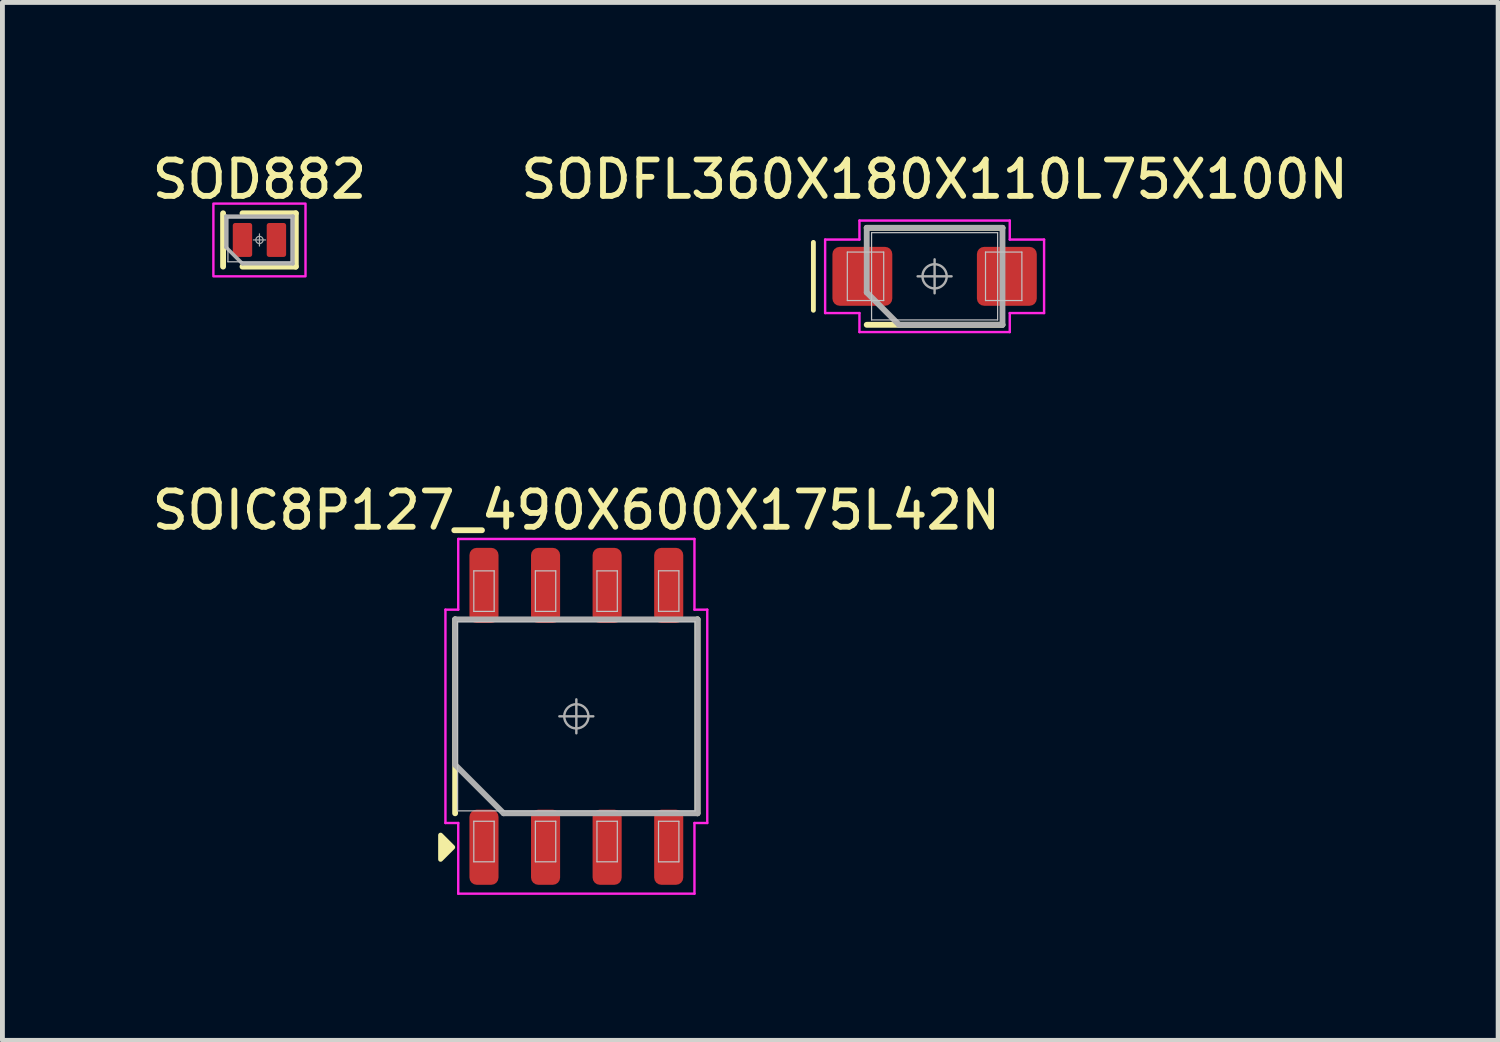
<source format=kicad_pcb>
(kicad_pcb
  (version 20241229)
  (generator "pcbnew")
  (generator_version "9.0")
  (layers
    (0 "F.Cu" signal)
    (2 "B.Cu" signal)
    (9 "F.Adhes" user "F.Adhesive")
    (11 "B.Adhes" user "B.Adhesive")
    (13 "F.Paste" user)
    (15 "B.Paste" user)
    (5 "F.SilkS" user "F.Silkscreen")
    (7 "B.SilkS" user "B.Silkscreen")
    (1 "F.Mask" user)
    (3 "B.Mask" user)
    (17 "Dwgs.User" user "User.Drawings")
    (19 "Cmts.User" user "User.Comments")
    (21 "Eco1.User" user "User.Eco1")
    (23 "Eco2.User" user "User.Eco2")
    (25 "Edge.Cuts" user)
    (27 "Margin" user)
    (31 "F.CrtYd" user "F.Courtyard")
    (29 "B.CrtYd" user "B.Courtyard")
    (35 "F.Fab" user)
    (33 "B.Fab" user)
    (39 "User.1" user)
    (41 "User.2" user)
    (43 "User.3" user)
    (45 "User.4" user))
  (footprint "SODFL360X180X110L75X100N"
    (layer "F.Cu")
    (at 16.226 2.649)
    (property "Reference" "SODFL360X180X110L75X100N" (at 0 -2 0) (layer "F.SilkS") (effects (font (size 0.75 0.75) (thickness 0.12))))
    (attr smd)
    (fp_line (start -2.5 -0.7) (end -2.5 0.7) (stroke (width 0.1) (type default)) (layer "F.SilkS"))
    (fp_line (start -1.4 -1) (end 1.4 -1) (stroke (width 0.12) (type solid)) (layer "F.SilkS"))
    (fp_line (start 1.4 1) (end -1.4 1) (stroke (width 0.12) (type solid)) (layer "F.SilkS"))
    (fp_line (start -1.8 -0.5) (end -1.05 -0.5) (stroke (width 0.025) (type solid)) (layer "Dwgs.User"))
    (fp_line (start -1.8 0.5) (end -1.8 -0.5) (stroke (width 0.025) (type solid)) (layer "Dwgs.User"))
    (fp_line (start -1.3 -0.9) (end 1.3 -0.9) (stroke (width 0.025) (type solid)) (layer "Dwgs.User"))
    (fp_line (start -1.3 0.9) (end -1.3 -0.9) (stroke (width 0.025) (type solid)) (layer "Dwgs.User"))
    (fp_line (start -1.05 -0.5) (end -1.05 0.5) (stroke (width 0.025) (type solid)) (layer "Dwgs.User"))
    (fp_line (start -1.05 0.5) (end -1.8 0.5) (stroke (width 0.025) (type solid)) (layer "Dwgs.User"))
    (fp_line (start 1.05 -0.5) (end 1.8 -0.5) (stroke (width 0.025) (type solid)) (layer "Dwgs.User"))
    (fp_line (start 1.05 0.5) (end 1.05 -0.5) (stroke (width 0.025) (type solid)) (layer "Dwgs.User"))
    (fp_line (start 1.3 -0.9) (end 1.3 0.9) (stroke (width 0.025) (type solid)) (layer "Dwgs.User"))
    (fp_line (start 1.3 0.9) (end -1.3 0.9) (stroke (width 0.025) (type solid)) (layer "Dwgs.User"))
    (fp_line (start 1.8 -0.5) (end 1.8 0.5) (stroke (width 0.025) (type solid)) (layer "Dwgs.User"))
    (fp_line (start 1.8 0.5) (end 1.05 0.5) (stroke (width 0.025) (type solid)) (layer "Dwgs.User"))
    (fp_line (start -2.258 -0.758) (end -2.258 0.758) (stroke (width 0.05) (type solid)) (layer "F.CrtYd"))
    (fp_line (start -2.258 0.758) (end -1.55 0.758) (stroke (width 0.05) (type solid)) (layer "F.CrtYd"))
    (fp_line (start -1.55 -1.15) (end -1.55 -0.758) (stroke (width 0.05) (type solid)) (layer "F.CrtYd"))
    (fp_line (start -1.55 -0.758) (end -2.258 -0.758) (stroke (width 0.05) (type solid)) (layer "F.CrtYd"))
    (fp_line (start -1.55 0.758) (end -1.55 1.15) (stroke (width 0.05) (type solid)) (layer "F.CrtYd"))
    (fp_line (start -1.55 1.15) (end 1.55 1.15) (stroke (width 0.05) (type solid)) (layer "F.CrtYd"))
    (fp_line (start 1.55 -1.15) (end -1.55 -1.15) (stroke (width 0.05) (type solid)) (layer "F.CrtYd"))
    (fp_line (start 1.55 -0.758) (end 1.55 -1.15) (stroke (width 0.05) (type solid)) (layer "F.CrtYd"))
    (fp_line (start 1.55 0.758) (end 2.258 0.758) (stroke (width 0.05) (type solid)) (layer "F.CrtYd"))
    (fp_line (start 1.55 1.15) (end 1.55 0.758) (stroke (width 0.05) (type solid)) (layer "F.CrtYd"))
    (fp_line (start 2.258 -0.758) (end 1.55 -0.758) (stroke (width 0.05) (type solid)) (layer "F.CrtYd"))
    (fp_line (start 2.258 0.758) (end 2.258 -0.758) (stroke (width 0.05) (type solid)) (layer "F.CrtYd"))
    (fp_line (start -1.4 -1) (end -1.4 0.333) (stroke (width 0.12) (type solid)) (layer "F.Fab"))
    (fp_line (start -1.4 0.333) (end -0.733 1) (stroke (width 0.12) (type solid)) (layer "F.Fab"))
    (fp_line (start -0.733 1) (end 1.4 1) (stroke (width 0.12) (type solid)) (layer "F.Fab"))
    (fp_line (start 0 -0.35) (end 0 0.35) (stroke (width 0.05) (type solid)) (layer "F.Fab"))
    (fp_line (start 0.35 0) (end -0.35 0) (stroke (width 0.05) (type solid)) (layer "F.Fab"))
    (fp_line (start 1.4 -1) (end -1.4 -1) (stroke (width 0.12) (type solid)) (layer "F.Fab"))
    (fp_line (start 1.4 1) (end 1.4 -1) (stroke (width 0.12) (type solid)) (layer "F.Fab"))
    (fp_circle (center 0 0) (end 0 0.25) (stroke (width 0.05) (type solid)) (fill no) (layer "F.Fab"))
    (pad "1" smd roundrect (at -1.49 0) (size 1.235 1.215) (layers "F.Cu" "F.Mask" "F.Paste") (roundrect_rratio 0.123))
    (pad "2" smd roundrect (at 1.49 0) (size 1.235 1.215) (layers "F.Cu" "F.Mask" "F.Paste") (roundrect_rratio 0.123)))
  (footprint "SOIC8P127_490X600X175L42N"
    (layer "F.Cu")
    (at 8.837 11.724)
    (property "Reference" "SOIC8P127_490X600X175L42N" (at 0 -4.25 0) (layer "F.SilkS") (effects (font (size 0.75 0.75) (thickness 0.12))))
    (attr smd)
    (fp_line (start -2.5 2) (end -2.5 -2) (stroke (width 0.12) (type solid)) (layer "F.SilkS"))
    (fp_line (start 2.5 2) (end 2.5 -2) (stroke (width 0.12) (type solid)) (layer "F.SilkS"))
    (fp_poly (pts (xy -2.55 2.7) (xy -2.8 2.95) (xy -2.8 2.45)) (stroke (width 0.1) (type solid)) (fill yes) (layer "F.SilkS"))
    (fp_line (start -2.45 -1.95) (end 2.45 -1.95) (stroke (width 0.025) (type solid)) (layer "Dwgs.User"))
    (fp_line (start -2.45 1.95) (end -2.45 -1.95) (stroke (width 0.025) (type solid)) (layer "Dwgs.User"))
    (fp_line (start -2.115 -3) (end -1.695 -3) (stroke (width 0.025) (type solid)) (layer "Dwgs.User"))
    (fp_line (start -2.115 -2.164) (end -2.115 -3) (stroke (width 0.025) (type solid)) (layer "Dwgs.User"))
    (fp_line (start -2.115 2.164) (end -1.695 2.164) (stroke (width 0.025) (type solid)) (layer "Dwgs.User"))
    (fp_line (start -2.115 3) (end -2.115 2.164) (stroke (width 0.025) (type solid)) (layer "Dwgs.User"))
    (fp_line (start -1.695 -3) (end -1.695 -2.164) (stroke (width 0.025) (type solid)) (layer "Dwgs.User"))
    (fp_line (start -1.695 -2.164) (end -2.115 -2.164) (stroke (width 0.025) (type solid)) (layer "Dwgs.User"))
    (fp_line (start -1.695 2.164) (end -1.695 3) (stroke (width 0.025) (type solid)) (layer "Dwgs.User"))
    (fp_line (start -1.695 3) (end -2.115 3) (stroke (width 0.025) (type solid)) (layer "Dwgs.User"))
    (fp_line (start -0.845 -3) (end -0.425 -3) (stroke (width 0.025) (type solid)) (layer "Dwgs.User"))
    (fp_line (start -0.845 -2.164) (end -0.845 -3) (stroke (width 0.025) (type solid)) (layer "Dwgs.User"))
    (fp_line (start -0.845 2.164) (end -0.425 2.164) (stroke (width 0.025) (type solid)) (layer "Dwgs.User"))
    (fp_line (start -0.845 3) (end -0.845 2.164) (stroke (width 0.025) (type solid)) (layer "Dwgs.User"))
    (fp_line (start -0.425 -3) (end -0.425 -2.164) (stroke (width 0.025) (type solid)) (layer "Dwgs.User"))
    (fp_line (start -0.425 -2.164) (end -0.845 -2.164) (stroke (width 0.025) (type solid)) (layer "Dwgs.User"))
    (fp_line (start -0.425 2.164) (end -0.425 3) (stroke (width 0.025) (type solid)) (layer "Dwgs.User"))
    (fp_line (start -0.425 3) (end -0.845 3) (stroke (width 0.025) (type solid)) (layer "Dwgs.User"))
    (fp_line (start 0.425 -3) (end 0.845 -3) (stroke (width 0.025) (type solid)) (layer "Dwgs.User"))
    (fp_line (start 0.425 -2.164) (end 0.425 -3) (stroke (width 0.025) (type solid)) (layer "Dwgs.User"))
    (fp_line (start 0.425 2.164) (end 0.845 2.164) (stroke (width 0.025) (type solid)) (layer "Dwgs.User"))
    (fp_line (start 0.425 3) (end 0.425 2.164) (stroke (width 0.025) (type solid)) (layer "Dwgs.User"))
    (fp_line (start 0.845 -3) (end 0.845 -2.164) (stroke (width 0.025) (type solid)) (layer "Dwgs.User"))
    (fp_line (start 0.845 -2.164) (end 0.425 -2.164) (stroke (width 0.025) (type solid)) (layer "Dwgs.User"))
    (fp_line (start 0.845 2.164) (end 0.845 3) (stroke (width 0.025) (type solid)) (layer "Dwgs.User"))
    (fp_line (start 0.845 3) (end 0.425 3) (stroke (width 0.025) (type solid)) (layer "Dwgs.User"))
    (fp_line (start 1.695 -3.001) (end 2.115 -3.001) (stroke (width 0.025) (type solid)) (layer "Dwgs.User"))
    (fp_line (start 1.695 -2.165) (end 1.695 -3.001) (stroke (width 0.025) (type solid)) (layer "Dwgs.User"))
    (fp_line (start 1.695 2.165) (end 2.115 2.165) (stroke (width 0.025) (type solid)) (layer "Dwgs.User"))
    (fp_line (start 1.695 3.001) (end 1.695 2.165) (stroke (width 0.025) (type solid)) (layer "Dwgs.User"))
    (fp_line (start 2.115 -3.001) (end 2.115 -2.165) (stroke (width 0.025) (type solid)) (layer "Dwgs.User"))
    (fp_line (start 2.115 -2.165) (end 1.695 -2.165) (stroke (width 0.025) (type solid)) (layer "Dwgs.User"))
    (fp_line (start 2.115 2.165) (end 2.115 3.001) (stroke (width 0.025) (type solid)) (layer "Dwgs.User"))
    (fp_line (start 2.115 3.001) (end 1.695 3.001) (stroke (width 0.025) (type solid)) (layer "Dwgs.User"))
    (fp_line (start 2.45 -1.95) (end 2.45 1.95) (stroke (width 0.025) (type solid)) (layer "Dwgs.User"))
    (fp_line (start 2.45 1.95) (end -2.45 1.95) (stroke (width 0.025) (type solid)) (layer "Dwgs.User"))
    (fp_line (start -2.7 -2.2) (end -2.7 2.2) (stroke (width 0.05) (type solid)) (layer "F.CrtYd"))
    (fp_line (start -2.7 2.2) (end -2.436 2.2) (stroke (width 0.05) (type solid)) (layer "F.CrtYd"))
    (fp_line (start -2.436 -3.658) (end -2.436 -2.2) (stroke (width 0.05) (type solid)) (layer "F.CrtYd"))
    (fp_line (start -2.436 -2.2) (end -2.7 -2.2) (stroke (width 0.05) (type solid)) (layer "F.CrtYd"))
    (fp_line (start -2.436 2.2) (end -2.436 3.658) (stroke (width 0.05) (type solid)) (layer "F.CrtYd"))
    (fp_line (start -2.436 3.658) (end 2.436 3.658) (stroke (width 0.05) (type solid)) (layer "F.CrtYd"))
    (fp_line (start 2.436 -3.658) (end -2.436 -3.658) (stroke (width 0.05) (type solid)) (layer "F.CrtYd"))
    (fp_line (start 2.436 -2.2) (end 2.436 -3.658) (stroke (width 0.05) (type solid)) (layer "F.CrtYd"))
    (fp_line (start 2.436 2.2) (end 2.7 2.2) (stroke (width 0.05) (type solid)) (layer "F.CrtYd"))
    (fp_line (start 2.436 3.658) (end 2.436 2.2) (stroke (width 0.05) (type solid)) (layer "F.CrtYd"))
    (fp_line (start 2.7 -2.2) (end 2.436 -2.2) (stroke (width 0.05) (type solid)) (layer "F.CrtYd"))
    (fp_line (start 2.7 2.2) (end 2.7 -2.2) (stroke (width 0.05) (type solid)) (layer "F.CrtYd"))
    (fp_line (start -2.5 -2) (end 2.5 -2) (stroke (width 0.12) (type solid)) (layer "F.Fab"))
    (fp_line (start -2.5 1) (end -2.5 -2) (stroke (width 0.12) (type solid)) (layer "F.Fab"))
    (fp_line (start -1.5 2) (end -2.5 1) (stroke (width 0.12) (type solid)) (layer "F.Fab"))
    (fp_line (start -0.35 0) (end 0.35 0) (stroke (width 0.05) (type solid)) (layer "F.Fab"))
    (fp_line (start 0 -0.35) (end 0 0.35) (stroke (width 0.05) (type solid)) (layer "F.Fab"))
    (fp_line (start 2.5 -2) (end 2.5 2) (stroke (width 0.12) (type solid)) (layer "F.Fab"))
    (fp_line (start 2.5 2) (end -1.5 2) (stroke (width 0.12) (type solid)) (layer "F.Fab"))
    (fp_circle (center 0 0) (end 0.25 0) (stroke (width 0.05) (type solid)) (fill no) (layer "F.Fab"))
    (pad "1" smd roundrect (at -1.905 2.7 90) (size 1.55 0.6) (layers "F.Cu" "F.Mask" "F.Paste") (roundrect_rratio 0.25))
    (pad "2" smd roundrect (at -0.635 2.7 90) (size 1.55 0.6) (layers "F.Cu" "F.Mask" "F.Paste") (roundrect_rratio 0.25))
    (pad "3" smd roundrect (at 0.635 2.7 90) (size 1.55 0.6) (layers "F.Cu" "F.Mask" "F.Paste") (roundrect_rratio 0.25))
    (pad "4" smd roundrect (at 1.905 2.7 90) (size 1.55 0.6) (layers "F.Cu" "F.Mask" "F.Paste") (roundrect_rratio 0.25))
    (pad "5" smd roundrect (at 1.905 -2.7 90) (size 1.55 0.6) (layers "F.Cu" "F.Mask" "F.Paste") (roundrect_rratio 0.25))
    (pad "6" smd roundrect (at 0.635 -2.7 90) (size 1.55 0.6) (layers "F.Cu" "F.Mask" "F.Paste") (roundrect_rratio 0.25))
    (pad "7" smd roundrect (at -0.635 -2.7 90) (size 1.55 0.6) (layers "F.Cu" "F.Mask" "F.Paste") (roundrect_rratio 0.25))
    (pad "8" smd roundrect (at -1.905 -2.7 90) (size 1.55 0.6) (layers "F.Cu" "F.Mask" "F.Paste") (roundrect_rratio 0.25)))
  (footprint "SOD882"
    (layer "F.Cu")
    (at 2.301 1.899)
    (property "Reference" "SOD882" (at 0 -1.25 0) (layer "F.SilkS") (effects (font (size 0.75 0.75) (thickness 0.12))))
    (attr smd)
    (fp_line (start -0.75 -0.55) (end -0.75 0.55) (stroke (width 0.12) (type default)) (layer "F.SilkS"))
    (fp_line (start 0.75 -0.55) (end -0.35 -0.55) (stroke (width 0.12) (type solid)) (layer "F.SilkS"))
    (fp_line (start 0.75 -0.55) (end 0.75 0.55) (stroke (width 0.12) (type default)) (layer "F.SilkS"))
    (fp_line (start 0.75 0.55) (end -0.35 0.55) (stroke (width 0.12) (type solid)) (layer "F.SilkS"))
    (fp_line (start -0.65 -0.45) (end 0.65 -0.45) (stroke (width 0.025) (type solid)) (layer "Dwgs.User"))
    (fp_line (start -0.65 0.45) (end -0.65 -0.45) (stroke (width 0.025) (type solid)) (layer "Dwgs.User"))
    (fp_line (start 0.65 -0.45) (end 0.65 0.45) (stroke (width 0.025) (type solid)) (layer "Dwgs.User"))
    (fp_line (start 0.65 0.45) (end -0.65 0.45) (stroke (width 0.025) (type solid)) (layer "Dwgs.User"))
    (fp_rect (start -0.95 -0.75) (end 0.95 0.75) (stroke (width 0.05) (type default)) (fill no) (layer "F.CrtYd"))
    (fp_line (start -0.69 -0.49) (end -0.69 0.15) (stroke (width 0.075) (type solid)) (layer "F.Fab"))
    (fp_line (start -0.69 0.15) (end -0.35 0.49) (stroke (width 0.075) (type solid)) (layer "F.Fab"))
    (fp_line (start -0.35 0.49) (end 0.69 0.49) (stroke (width 0.075) (type solid)) (layer "F.Fab"))
    (fp_line (start 0 -0.125) (end 0 0.125) (stroke (width 0.025) (type solid)) (layer "F.Fab"))
    (fp_line (start 0.125 0) (end -0.125 0) (stroke (width 0.025) (type solid)) (layer "F.Fab"))
    (fp_line (start 0.69 -0.49) (end -0.69 -0.49) (stroke (width 0.075) (type solid)) (layer "F.Fab"))
    (fp_line (start 0.69 0.49) (end 0.69 -0.49) (stroke (width 0.075) (type solid)) (layer "F.Fab"))
    (fp_circle (center 0 0) (end 0.075 0) (stroke (width 0.025) (type solid)) (fill no) (layer "F.Fab"))
    (pad "1" smd roundrect (at -0.35 0) (size 0.4 0.7) (layers "F.Cu" "F.Mask" "F.Paste") (roundrect_rratio 0.125))
    (pad "2" smd roundrect (at 0.35 0) (size 0.4 0.7) (layers "F.Cu" "F.Mask" "F.Paste") (roundrect_rratio 0.125)))
  (gr_rect
    (start -3 -3)
    (end 27.849 18.407)
    (stroke (width 0.1) (type default))
    (fill no)
    (layer "Edge.Cuts")))
</source>
